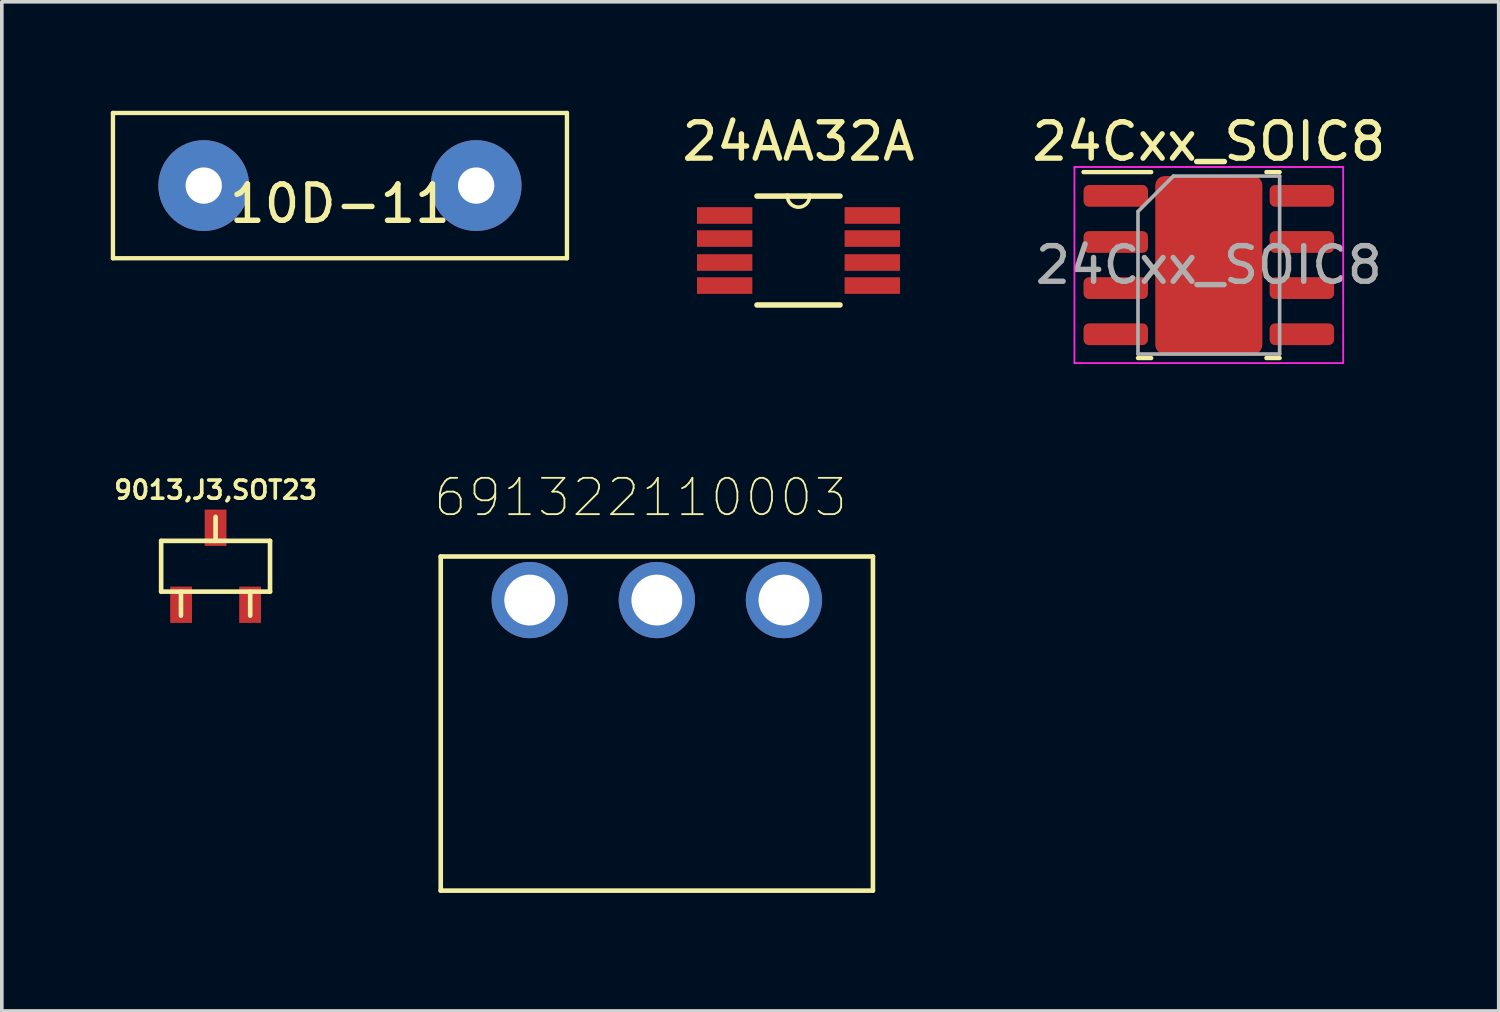
<source format=kicad_pcb>
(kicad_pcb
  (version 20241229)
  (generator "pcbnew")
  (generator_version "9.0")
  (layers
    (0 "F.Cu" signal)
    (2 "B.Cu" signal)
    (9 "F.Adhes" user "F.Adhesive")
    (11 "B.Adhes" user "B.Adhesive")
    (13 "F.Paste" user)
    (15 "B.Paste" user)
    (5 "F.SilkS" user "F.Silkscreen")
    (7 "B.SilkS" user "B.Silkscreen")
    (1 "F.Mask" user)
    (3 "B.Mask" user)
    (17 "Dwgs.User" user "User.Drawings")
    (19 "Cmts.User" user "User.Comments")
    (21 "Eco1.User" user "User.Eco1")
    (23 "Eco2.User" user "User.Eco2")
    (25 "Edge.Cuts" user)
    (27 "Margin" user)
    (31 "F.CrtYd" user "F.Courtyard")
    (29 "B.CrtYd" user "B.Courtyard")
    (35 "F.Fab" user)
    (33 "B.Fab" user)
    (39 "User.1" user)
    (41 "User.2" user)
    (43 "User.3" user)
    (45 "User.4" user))
  (footprint "24Cxx_SOIC8"
    (layer "F.Cu")
    (at 30.233 4.248)
    (property "Reference" "24Cxx_SOIC8" (at 0 -3.4 0) (layer "F.SilkS") (effects (font (size 1 1) (thickness 0.15))))
    (attr smd)
    (fp_line (start -1.586 -2.56) (end -3.45 -2.56) (stroke (width 0.12) (type solid)) (layer "F.SilkS"))
    (fp_line (start -1.586 2.56) (end -1.95 2.56) (stroke (width 0.12) (type solid)) (layer "F.SilkS"))
    (fp_line (start 1.586 -2.56) (end 1.95 -2.56) (stroke (width 0.12) (type solid)) (layer "F.SilkS"))
    (fp_line (start 1.586 2.56) (end 1.95 2.56) (stroke (width 0.12) (type solid)) (layer "F.SilkS"))
    (fp_line (start -3.7 -2.7) (end -3.7 2.7) (stroke (width 0.05) (type solid)) (layer "F.CrtYd"))
    (fp_line (start -3.7 2.7) (end 3.7 2.7) (stroke (width 0.05) (type solid)) (layer "F.CrtYd"))
    (fp_line (start 3.7 -2.7) (end -3.7 -2.7) (stroke (width 0.05) (type solid)) (layer "F.CrtYd"))
    (fp_line (start 3.7 2.7) (end 3.7 -2.7) (stroke (width 0.05) (type solid)) (layer "F.CrtYd"))
    (fp_line (start -1.95 -1.475) (end -0.975 -2.45) (stroke (width 0.1) (type solid)) (layer "F.Fab"))
    (fp_line (start -1.95 2.45) (end -1.95 -1.475) (stroke (width 0.1) (type solid)) (layer "F.Fab"))
    (fp_line (start -0.975 -2.45) (end 1.95 -2.45) (stroke (width 0.1) (type solid)) (layer "F.Fab"))
    (fp_line (start 1.95 -2.45) (end 1.95 2.45) (stroke (width 0.1) (type solid)) (layer "F.Fab"))
    (fp_line (start 1.95 2.45) (end -1.95 2.45) (stroke (width 0.1) (type solid)) (layer "F.Fab"))
    (fp_text user "${REFERENCE}" (at 0 0 0) (layer "F.Fab") (effects (font (size 0.98 0.98) (thickness 0.15))))
    (pad "" smd roundrect (at -0.68 -0.85) (size 1.09 1.37) (layers "F.Paste") (roundrect_rratio 0.229))
    (pad "" smd roundrect (at -0.68 0.85) (size 1.09 1.37) (layers "F.Paste") (roundrect_rratio 0.229))
    (pad "" smd roundrect (at 0 0) (size 2.71 3.4) (layers "F.Mask") (roundrect_rratio 0.092))
    (pad "" smd roundrect (at 0.68 -0.85) (size 1.09 1.37) (layers "F.Paste") (roundrect_rratio 0.229))
    (pad "" smd roundrect (at 0.68 0.85) (size 1.09 1.37) (layers "F.Paste") (roundrect_rratio 0.229))
    (pad "1" smd roundrect (at -2.562 -1.905) (size 1.775 0.6) (layers "F.Cu" "F.Mask" "F.Paste") (roundrect_rratio 0.25))
    (pad "2" smd roundrect (at -2.562 -0.635) (size 1.775 0.6) (layers "F.Cu" "F.Mask" "F.Paste") (roundrect_rratio 0.25))
    (pad "3" smd roundrect (at -2.562 0.635) (size 1.775 0.6) (layers "F.Cu" "F.Mask" "F.Paste") (roundrect_rratio 0.25))
    (pad "4" smd roundrect (at -2.562 1.905) (size 1.775 0.6) (layers "F.Cu" "F.Mask" "F.Paste") (roundrect_rratio 0.25))
    (pad "4" smd roundrect (at 0 0) (size 2.95 4.9) (layers "F.Cu") (roundrect_rratio 0.085))
    (pad "5" smd roundrect (at 2.562 1.905) (size 1.775 0.6) (layers "F.Cu" "F.Mask" "F.Paste") (roundrect_rratio 0.25))
    (pad "6" smd roundrect (at 2.562 0.635) (size 1.775 0.6) (layers "F.Cu" "F.Mask" "F.Paste") (roundrect_rratio 0.25))
    (pad "7" smd roundrect (at 2.562 -0.635) (size 1.775 0.6) (layers "F.Cu" "F.Mask" "F.Paste") (roundrect_rratio 0.25))
    (pad "8" smd roundrect (at 2.562 -1.905) (size 1.775 0.6) (layers "F.Cu" "F.Mask" "F.Paste") (roundrect_rratio 0.25)))
  (footprint "10D-11"
    (layer "F.Cu")
    (at 6.31 2.06)
    (property "Reference" "10D-11" (at 0 0.5 0) (layer "F.SilkS") (effects (font (size 1 1) (thickness 0.15))))
    (attr through_hole)
    (fp_line (start -6.25 -2) (end 6.25 -2) (stroke (width 0.12) (type solid)) (layer "F.SilkS"))
    (fp_line (start -6.25 2) (end -6.25 -2) (stroke (width 0.12) (type solid)) (layer "F.SilkS"))
    (fp_line (start -6.25 2) (end 6.25 2) (stroke (width 0.12) (type solid)) (layer "F.SilkS"))
    (fp_line (start 6.25 -2) (end 6.25 2) (stroke (width 0.12) (type solid)) (layer "F.SilkS"))
    (pad "1" thru_hole circle (at -3.75 0) (size 2.5 2.5) (drill 1) (layers "*.Cu" "*.Mask"))
    (pad "2" thru_hole circle (at 3.75 0) (size 2.5 2.5) (drill 1) (layers "*.Cu" "*.Mask")))
  (footprint "9013,J3,SOT23"
    (layer "F.Cu")
    (at 2.886 12.541)
    (property "Reference" "9013,J3,SOT23" (at 0 -2.1 0) (layer "F.SilkS") (effects (font (size 0.5 0.5) (thickness 0.1))))
    (attr through_hole)
    (fp_line (start -1.499 -0.699) (end 1.499 -0.699) (stroke (width 0.127) (type solid)) (layer "F.SilkS"))
    (fp_line (start -1.499 0.699) (end -1.499 -0.699) (stroke (width 0.127) (type solid)) (layer "F.SilkS"))
    (fp_line (start -0.953 0.699) (end -0.953 1.359) (stroke (width 0.127) (type solid)) (layer "F.SilkS"))
    (fp_line (start 0 -0.699) (end 0 -1.359) (stroke (width 0.127) (type solid)) (layer "F.SilkS"))
    (fp_line (start 0.953 0.699) (end 0.953 1.359) (stroke (width 0.127) (type solid)) (layer "F.SilkS"))
    (fp_line (start 1.499 -0.699) (end 1.499 0.699) (stroke (width 0.127) (type solid)) (layer "F.SilkS"))
    (fp_line (start 1.499 0.699) (end -1.499 0.699) (stroke (width 0.127) (type solid)) (layer "F.SilkS"))
    (pad "1" smd rect (at -0.95 1.06) (size 0.6 1) (layers "F.Cu" "F.Mask" "F.Paste"))
    (pad "2" smd rect (at 0.95 1.06) (size 0.6 1) (layers "F.Cu" "F.Mask" "F.Paste"))
    (pad "3" smd rect (at 0 -1.06) (size 0.6 1) (layers "F.Cu" "F.Mask" "F.Paste")))
  (footprint "691322110003"
    (layer "F.Cu")
    (at 15.035 13.472)
    (property "Reference" "691322110003" (at -0.449 -2.826 0) (layer "F.SilkS") (effects (font (size 1 1) (thickness 0.05))))
    (attr through_hole)
    (fp_line (start -5.95 -1.2) (end -5.95 8) (stroke (width 0.127) (type solid)) (layer "F.SilkS"))
    (fp_line (start -5.95 8) (end 5.95 8) (stroke (width 0.127) (type solid)) (layer "F.SilkS"))
    (fp_line (start 5.95 -1.2) (end -5.95 -1.2) (stroke (width 0.127) (type solid)) (layer "F.SilkS"))
    (fp_line (start 5.95 8) (end 5.95 -1.2) (stroke (width 0.127) (type solid)) (layer "F.SilkS"))
    (fp_poly (pts (xy -6.2 -1.45) (xy 6.2 -1.45) (xy 6.2 8.25) (xy -6.2 8.25)) (stroke (width 0.127) (type solid)) (fill no) (layer "Eco1.User"))
    (fp_text user "1" (at -4 2.75 0) (layer "Edge.Cuts") (effects (font (size 1 1) (thickness 0.05))))
    (pad "1" thru_hole circle (at -3.5 0 180) (size 2.1 2.1) (drill 1.4) (layers "*.Cu" "*.Mask"))
    (pad "2" thru_hole circle (at 0 0 180) (size 2.1 2.1) (drill 1.4) (layers "*.Cu" "*.Mask"))
    (pad "3" thru_hole circle (at 3.5 0 180) (size 2.1 2.1) (drill 1.4) (layers "*.Cu" "*.Mask")))
  (footprint "24AA32A"
    (layer "F.Cu")
    (at 18.935 3.848)
    (property "Reference" "24AA32A" (at 0 -3 0) (layer "F.SilkS") (effects (font (size 1 1) (thickness 0.15))))
    (attr smd)
    (fp_line (start -1.143 1.499) (end 1.143 1.499) (stroke (width 0.152) (type solid)) (layer "F.SilkS"))
    (fp_line (start -0.305 -1.499) (end -1.143 -1.499) (stroke (width 0.152) (type solid)) (layer "F.SilkS"))
    (fp_line (start 0.305 -1.499) (end -0.305 -1.499) (stroke (width 0.152) (type solid)) (layer "F.SilkS"))
    (fp_line (start 1.143 -1.499) (end 0.305 -1.499) (stroke (width 0.152) (type solid)) (layer "F.SilkS"))
    (fp_arc (start 0.3048 -1.4986) (mid 0 -1.1938) (end -0.3048 -1.4986) (stroke (width 0.1) (type solid)) (layer "F.SilkS"))
    (fp_line (start -2.438 -1.168) (end -2.438 -0.762) (stroke (width 0.152) (type solid)) (layer "Eco2.User"))
    (fp_line (start -2.438 -0.762) (end -1.499 -0.762) (stroke (width 0.152) (type solid)) (layer "Eco2.User"))
    (fp_line (start -2.438 -0.533) (end -2.438 -0.127) (stroke (width 0.152) (type solid)) (layer "Eco2.User"))
    (fp_line (start -2.438 -0.127) (end -1.499 -0.127) (stroke (width 0.152) (type solid)) (layer "Eco2.User"))
    (fp_line (start -2.438 0.127) (end -2.438 0.533) (stroke (width 0.152) (type solid)) (layer "Eco2.User"))
    (fp_line (start -2.438 0.533) (end -1.499 0.533) (stroke (width 0.152) (type solid)) (layer "Eco2.User"))
    (fp_line (start -2.438 0.762) (end -2.438 1.168) (stroke (width 0.152) (type solid)) (layer "Eco2.User"))
    (fp_line (start -2.438 1.168) (end -1.499 1.168) (stroke (width 0.152) (type solid)) (layer "Eco2.User"))
    (fp_line (start -1.499 -1.499) (end -1.499 1.499) (stroke (width 0.152) (type solid)) (layer "Eco2.User"))
    (fp_line (start -1.499 -1.168) (end -2.438 -1.168) (stroke (width 0.152) (type solid)) (layer "Eco2.User"))
    (fp_line (start -1.499 -0.762) (end -1.499 -1.168) (stroke (width 0.152) (type solid)) (layer "Eco2.User"))
    (fp_line (start -1.499 -0.533) (end -2.438 -0.533) (stroke (width 0.152) (type solid)) (layer "Eco2.User"))
    (fp_line (start -1.499 -0.127) (end -1.499 -0.533) (stroke (width 0.152) (type solid)) (layer "Eco2.User"))
    (fp_line (start -1.499 0.127) (end -2.438 0.127) (stroke (width 0.152) (type solid)) (layer "Eco2.User"))
    (fp_line (start -1.499 0.533) (end -1.499 0.127) (stroke (width 0.152) (type solid)) (layer "Eco2.User"))
    (fp_line (start -1.499 0.762) (end -2.438 0.762) (stroke (width 0.152) (type solid)) (layer "Eco2.User"))
    (fp_line (start -1.499 1.168) (end -1.499 0.762) (stroke (width 0.152) (type solid)) (layer "Eco2.User"))
    (fp_line (start -1.499 1.499) (end 1.499 1.499) (stroke (width 0.152) (type solid)) (layer "Eco2.User"))
    (fp_line (start -0.305 -1.499) (end -1.499 -1.499) (stroke (width 0.152) (type solid)) (layer "Eco2.User"))
    (fp_line (start 0.305 -1.499) (end -0.305 -1.499) (stroke (width 0.152) (type solid)) (layer "Eco2.User"))
    (fp_line (start 1.499 -1.499) (end 0.305 -1.499) (stroke (width 0.152) (type solid)) (layer "Eco2.User"))
    (fp_line (start 1.499 -1.168) (end 1.499 -0.762) (stroke (width 0.152) (type solid)) (layer "Eco2.User"))
    (fp_line (start 1.499 -0.762) (end 2.438 -0.762) (stroke (width 0.152) (type solid)) (layer "Eco2.User"))
    (fp_line (start 1.499 -0.533) (end 1.499 -0.127) (stroke (width 0.152) (type solid)) (layer "Eco2.User"))
    (fp_line (start 1.499 -0.127) (end 2.438 -0.127) (stroke (width 0.152) (type solid)) (layer "Eco2.User"))
    (fp_line (start 1.499 0.127) (end 1.499 0.533) (stroke (width 0.152) (type solid)) (layer "Eco2.User"))
    (fp_line (start 1.499 0.533) (end 2.438 0.533) (stroke (width 0.152) (type solid)) (layer "Eco2.User"))
    (fp_line (start 1.499 0.762) (end 1.499 1.168) (stroke (width 0.152) (type solid)) (layer "Eco2.User"))
    (fp_line (start 1.499 1.168) (end 2.438 1.168) (stroke (width 0.152) (type solid)) (layer "Eco2.User"))
    (fp_line (start 1.499 1.499) (end 1.499 -1.499) (stroke (width 0.152) (type solid)) (layer "Eco2.User"))
    (fp_line (start 2.438 -1.168) (end 1.499 -1.168) (stroke (width 0.152) (type solid)) (layer "Eco2.User"))
    (fp_line (start 2.438 -0.762) (end 2.438 -1.168) (stroke (width 0.152) (type solid)) (layer "Eco2.User"))
    (fp_line (start 2.438 -0.533) (end 1.499 -0.533) (stroke (width 0.152) (type solid)) (layer "Eco2.User"))
    (fp_line (start 2.438 -0.127) (end 2.438 -0.533) (stroke (width 0.152) (type solid)) (layer "Eco2.User"))
    (fp_line (start 2.438 0.127) (end 1.499 0.127) (stroke (width 0.152) (type solid)) (layer "Eco2.User"))
    (fp_line (start 2.438 0.533) (end 2.438 0.127) (stroke (width 0.152) (type solid)) (layer "Eco2.User"))
    (fp_line (start 2.438 0.762) (end 1.499 0.762) (stroke (width 0.152) (type solid)) (layer "Eco2.User"))
    (fp_line (start 2.438 1.168) (end 2.438 0.762) (stroke (width 0.152) (type solid)) (layer "Eco2.User"))
    (fp_arc (start 0.3048 -1.4986) (mid 0 -1.1938) (end -0.3048 -1.4986) (stroke (width 0.1) (type solid)) (layer "Eco2.User"))
    (pad "1" smd rect (at -2.032 -0.965) (size 1.524 0.457) (layers "F.Cu" "F.Mask" "F.Paste"))
    (pad "2" smd rect (at -2.032 -0.33) (size 1.524 0.457) (layers "F.Cu" "F.Mask" "F.Paste"))
    (pad "3" smd rect (at -2.032 0.33) (size 1.524 0.457) (layers "F.Cu" "F.Mask" "F.Paste"))
    (pad "4" smd rect (at -2.032 0.965) (size 1.524 0.457) (layers "F.Cu" "F.Mask" "F.Paste"))
    (pad "5" smd rect (at 2.032 0.965) (size 1.524 0.457) (layers "F.Cu" "F.Mask" "F.Paste"))
    (pad "6" smd rect (at 2.032 0.33) (size 1.524 0.457) (layers "F.Cu" "F.Mask" "F.Paste"))
    (pad "7" smd rect (at 2.032 -0.33) (size 1.524 0.457) (layers "F.Cu" "F.Mask" "F.Paste"))
    (pad "8" smd rect (at 2.032 -0.965) (size 1.524 0.457) (layers "F.Cu" "F.Mask" "F.Paste")))
  (gr_rect
    (start -3 -3)
    (end 38.215 24.785)
    (stroke (width 0.1) (type default))
    (fill no)
    (layer "Edge.Cuts")))
</source>
